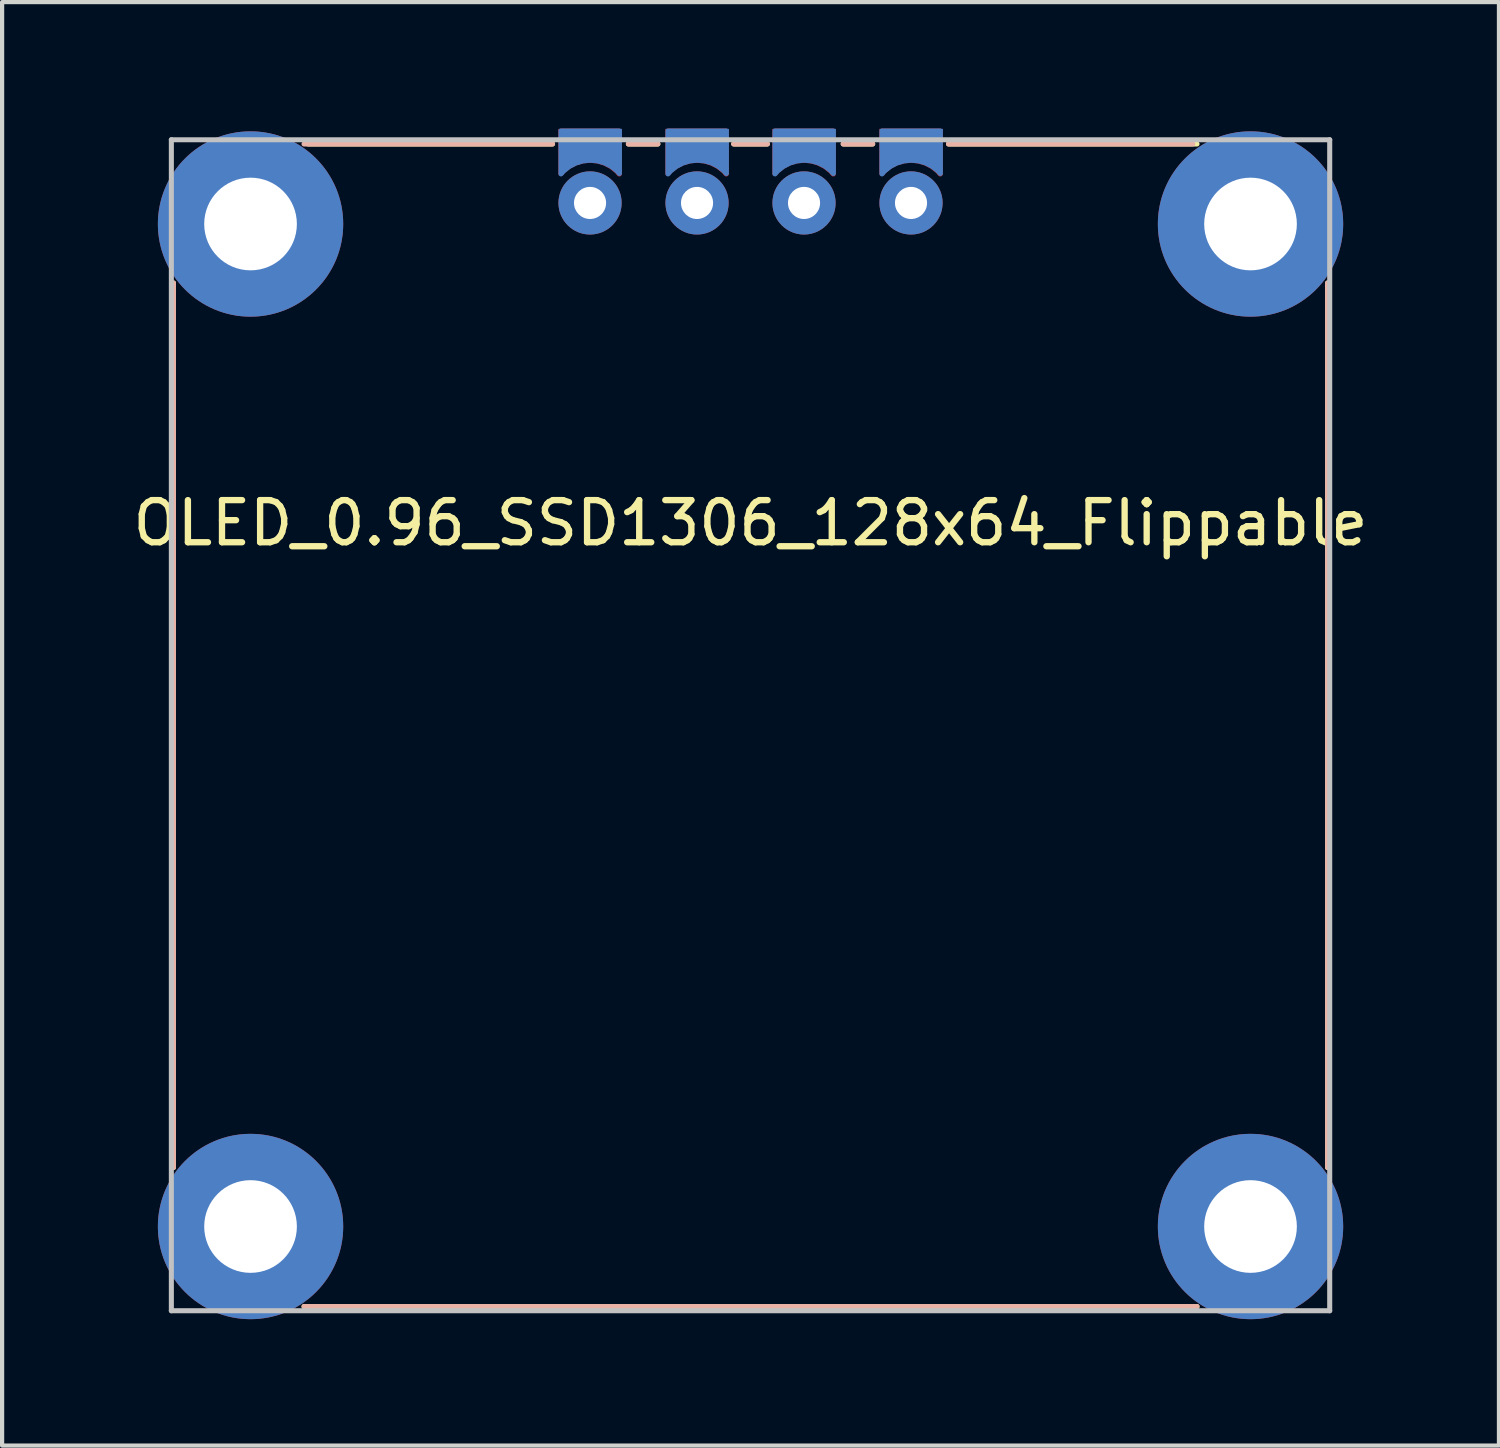
<source format=kicad_pcb>
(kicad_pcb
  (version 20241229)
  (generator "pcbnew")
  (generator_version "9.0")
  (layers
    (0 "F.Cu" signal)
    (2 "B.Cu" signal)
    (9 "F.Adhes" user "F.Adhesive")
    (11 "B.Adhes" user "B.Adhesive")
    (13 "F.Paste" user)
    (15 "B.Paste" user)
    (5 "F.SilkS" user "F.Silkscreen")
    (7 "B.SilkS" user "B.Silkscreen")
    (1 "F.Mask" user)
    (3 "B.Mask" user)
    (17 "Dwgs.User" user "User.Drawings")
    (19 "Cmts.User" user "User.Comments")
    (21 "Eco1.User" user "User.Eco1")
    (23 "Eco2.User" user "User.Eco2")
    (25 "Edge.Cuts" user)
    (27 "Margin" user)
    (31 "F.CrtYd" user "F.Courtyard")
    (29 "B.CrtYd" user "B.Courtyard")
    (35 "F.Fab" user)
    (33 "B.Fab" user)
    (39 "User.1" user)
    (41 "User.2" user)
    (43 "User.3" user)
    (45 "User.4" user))
  (footprint "OLED_0.96_SSD1306_128x64_Flippable"
    (layer "F.Cu")
    (at 14.768 1.768)
    (property "Reference" "OLED_0.96_SSD1306_128x64_Flippable" (at 0 7.6 0) (layer "F.SilkS") (effects (font (size 1 1) (thickness 0.15))))
    (attr through_hole)
    (fp_line (start -13.7 1.9) (end -13.7 22.9) (stroke (width 0.12) (type solid)) (layer "F.SilkS"))
    (fp_line (start -10.6 26.2) (end 10.6 26.2) (stroke (width 0.12) (type solid)) (layer "F.SilkS"))
    (fp_line (start -10.5 -1.4) (end -4.7 -1.4) (stroke (width 0.12) (type solid)) (layer "F.SilkS"))
    (fp_line (start -2.9 -1.4) (end -2.2 -1.4) (stroke (width 0.12) (type solid)) (layer "F.SilkS"))
    (fp_line (start -0.4 -1.4) (end 0.4 -1.4) (stroke (width 0.12) (type solid)) (layer "F.SilkS"))
    (fp_line (start 2.2 -1.4) (end 2.9 -1.4) (stroke (width 0.12) (type solid)) (layer "F.SilkS"))
    (fp_line (start 10.6 -1.4) (end 4.7 -1.4) (stroke (width 0.12) (type solid)) (layer "F.SilkS"))
    (fp_line (start 13.7 22.9) (end 13.7 1.9) (stroke (width 0.12) (type solid)) (layer "F.SilkS"))
    (fp_line (start -13.7 22.9) (end -13.7 1.9) (stroke (width 0.12) (type solid)) (layer "B.SilkS"))
    (fp_line (start -10.6 -1.4) (end -4.7 -1.4) (stroke (width 0.12) (type solid)) (layer "B.SilkS"))
    (fp_line (start -2.2 -1.4) (end -2.9 -1.4) (stroke (width 0.12) (type solid)) (layer "B.SilkS"))
    (fp_line (start 0.4 -1.4) (end -0.4 -1.4) (stroke (width 0.12) (type solid)) (layer "B.SilkS"))
    (fp_line (start 2.9 -1.4) (end 2.2 -1.4) (stroke (width 0.12) (type solid)) (layer "B.SilkS"))
    (fp_line (start 10.5 -1.4) (end 4.7 -1.4) (stroke (width 0.12) (type solid)) (layer "B.SilkS"))
    (fp_line (start 10.6 26.2) (end -10.6 26.2) (stroke (width 0.12) (type solid)) (layer "B.SilkS"))
    (fp_line (start 13.7 1.9) (end 13.7 22.9) (stroke (width 0.12) (type solid)) (layer "B.SilkS"))
    (fp_line (start -13.75 -1.5) (end 13.75 -1.5) (stroke (width 0.12) (type solid)) (layer "Dwgs.User"))
    (fp_line (start -13.75 26.3) (end -13.75 -1.5) (stroke (width 0.12) (type solid)) (layer "Dwgs.User"))
    (fp_line (start -13.75 26.3) (end 13.75 26.3) (stroke (width 0.12) (type solid)) (layer "Dwgs.User"))
    (fp_line (start 13.75 26.3) (end 13.75 -1.5) (stroke (width 0.12) (type solid)) (layer "Dwgs.User"))
    (pad "" thru_hole circle (at -11.87 0.5) (size 4.4 4.4) (drill 2.2) (layers "*.Cu" "*.Mask"))
    (pad "" thru_hole circle (at -11.87 24.3) (size 4.4 4.4) (drill 2.2) (layers "*.Cu" "*.Mask"))
    (pad "" thru_hole circle (at -3.81 0 90) (size 1.5 1.5) (drill 0.762) (layers "*.Cu" "*.Mask"))
    (pad "" thru_hole circle (at -1.27 0 90) (size 1.5 1.5) (drill 0.762) (layers "*.Cu" "*.Mask"))
    (pad "" thru_hole circle (at 1.27 0 90) (size 1.5 1.5) (drill 0.762) (layers "*.Cu" "*.Mask"))
    (pad "" thru_hole circle (at 3.81 0 90) (size 1.5 1.5) (drill 0.762) (layers "*.Cu" "*.Mask"))
    (pad "" thru_hole circle (at 11.87 0.5) (size 4.4 4.4) (drill 2.2) (layers "*.Cu" "*.Mask"))
    (pad "" thru_hole circle (at 11.87 24.3) (size 4.4 4.4) (drill 2.2) (layers "*.Cu" "*.Mask"))
    (pad "1" smd custom (at -3.803 -1.358 270) (size 0.8 1.5) (layers "B.Cu" "B.Mask") (options (anchor rect)) (primitives (gr_poly (pts (xy 0.56 -0.67) (xy 0.34 -0.67) (xy 0.34 -0.3)) (width 0.1) (fill yes)) (gr_line (start 0.67 0.697) (end -0.35 0.697) (width 0.12)) (gr_poly (pts (xy 0.54 0.67) (xy 0.32 0.67) (xy 0.32 0.3)) (width 0.1) (fill yes)) (gr_line (start -0.35 0.697) (end -0.35 -0.69) (width 0.12)) (gr_arc (start 0.67 0.697) (mid 0.346836 0.006416) (end 0.660264 -0.68864) (width 0.12)) (gr_line (start -0.35 -0.69) (end 0.66 -0.69) (width 0.12))))
    (pad "1" smd custom (at 3.808 -1.357 270) (size 0.8 1.5) (layers "F.Cu" "F.Mask") (options (anchor rect)) (primitives (gr_poly (pts (xy 0.56 0.67) (xy 0.34 0.67) (xy 0.34 0.3)) (width 0.1) (fill yes)) (gr_line (start 0.67 -0.697) (end -0.35 -0.697) (width 0.12)) (gr_poly (pts (xy 0.54 -0.67) (xy 0.32 -0.67) (xy 0.32 -0.3)) (width 0.1) (fill yes)) (gr_line (start -0.35 -0.697) (end -0.35 0.69) (width 0.12)) (gr_arc (start 0.660264 0.68864) (mid 0.346837 -0.006416) (end 0.67 -0.697) (width 0.12)) (gr_line (start -0.35 0.69) (end 0.66 0.69) (width 0.12))))
    (pad "2" smd custom (at -1.263 -1.358 270) (size 0.8 1.5) (layers "B.Cu" "B.Mask") (options (anchor rect)) (primitives (gr_poly (pts (xy 0.56 -0.67) (xy 0.34 -0.67) (xy 0.34 -0.3)) (width 0.1) (fill yes)) (gr_line (start 0.67 0.697) (end -0.35 0.697) (width 0.12)) (gr_poly (pts (xy 0.54 0.67) (xy 0.32 0.67) (xy 0.32 0.3)) (width 0.1) (fill yes)) (gr_line (start -0.35 0.697) (end -0.35 -0.69) (width 0.12)) (gr_arc (start 0.67 0.697) (mid 0.346836 0.006416) (end 0.660264 -0.68864) (width 0.12)) (gr_line (start -0.35 -0.69) (end 0.66 -0.69) (width 0.12))))
    (pad "2" smd custom (at 1.268 -1.357 270) (size 0.8 1.5) (layers "F.Cu" "F.Mask") (options (anchor rect)) (primitives (gr_poly (pts (xy 0.56 0.67) (xy 0.34 0.67) (xy 0.34 0.3)) (width 0.1) (fill yes)) (gr_line (start 0.67 -0.697) (end -0.35 -0.697) (width 0.12)) (gr_poly (pts (xy 0.54 -0.67) (xy 0.32 -0.67) (xy 0.32 -0.3)) (width 0.1) (fill yes)) (gr_line (start -0.35 -0.697) (end -0.35 0.69) (width 0.12)) (gr_arc (start 0.660264 0.68864) (mid 0.346837 -0.006416) (end 0.67 -0.697) (width 0.12)) (gr_line (start -0.35 0.69) (end 0.66 0.69) (width 0.12))))
    (pad "3" smd custom (at -1.272 -1.357 270) (size 0.8 1.5) (layers "F.Cu" "F.Mask") (options (anchor rect)) (primitives (gr_poly (pts (xy 0.56 0.67) (xy 0.34 0.67) (xy 0.34 0.3)) (width 0.1) (fill yes)) (gr_line (start 0.67 -0.697) (end -0.35 -0.697) (width 0.12)) (gr_poly (pts (xy 0.54 -0.67) (xy 0.32 -0.67) (xy 0.32 -0.3)) (width 0.1) (fill yes)) (gr_line (start -0.35 -0.697) (end -0.35 0.69) (width 0.12)) (gr_arc (start 0.660264 0.68864) (mid 0.346837 -0.006416) (end 0.67 -0.697) (width 0.12)) (gr_line (start -0.35 0.69) (end 0.66 0.69) (width 0.12))))
    (pad "3" smd custom (at 1.277 -1.358 270) (size 0.8 1.5) (layers "B.Cu" "B.Mask") (options (anchor rect)) (primitives (gr_poly (pts (xy 0.56 -0.67) (xy 0.34 -0.67) (xy 0.34 -0.3)) (width 0.1) (fill yes)) (gr_line (start 0.67 0.697) (end -0.35 0.697) (width 0.12)) (gr_poly (pts (xy 0.54 0.67) (xy 0.32 0.67) (xy 0.32 0.3)) (width 0.1) (fill yes)) (gr_line (start -0.35 0.697) (end -0.35 -0.69) (width 0.12)) (gr_arc (start 0.67 0.697) (mid 0.346836 0.006416) (end 0.660264 -0.68864) (width 0.12)) (gr_line (start -0.35 -0.69) (end 0.66 -0.69) (width 0.12))))
    (pad "4" smd custom (at -3.812 -1.357 270) (size 0.8 1.5) (layers "F.Cu" "F.Mask") (options (anchor rect)) (primitives (gr_poly (pts (xy 0.56 0.67) (xy 0.34 0.67) (xy 0.34 0.3)) (width 0.1) (fill yes)) (gr_line (start 0.67 -0.697) (end -0.35 -0.697) (width 0.12)) (gr_poly (pts (xy 0.54 -0.67) (xy 0.32 -0.67) (xy 0.32 -0.3)) (width 0.1) (fill yes)) (gr_line (start -0.35 -0.697) (end -0.35 0.69) (width 0.12)) (gr_arc (start 0.660264 0.68864) (mid 0.346837 -0.006416) (end 0.67 -0.697) (width 0.12)) (gr_line (start -0.35 0.69) (end 0.66 0.69) (width 0.12))))
    (pad "4" smd custom (at 3.817 -1.358 270) (size 0.8 1.5) (layers "B.Cu" "B.Mask") (options (anchor rect)) (primitives (gr_poly (pts (xy 0.56 -0.67) (xy 0.34 -0.67) (xy 0.34 -0.3)) (width 0.1) (fill yes)) (gr_line (start 0.67 0.697) (end -0.35 0.697) (width 0.12)) (gr_poly (pts (xy 0.54 0.67) (xy 0.32 0.67) (xy 0.32 0.3)) (width 0.1) (fill yes)) (gr_line (start -0.35 0.697) (end -0.35 -0.69) (width 0.12)) (gr_arc (start 0.67 0.697) (mid 0.346836 0.006416) (end 0.660264 -0.68864) (width 0.12)) (gr_line (start -0.35 -0.69) (end 0.66 -0.69) (width 0.12)))))
  (gr_rect
    (start -3 -3)
    (end 32.536 31.268)
    (stroke (width 0.1) (type default))
    (fill no)
    (layer "Edge.Cuts")))
</source>
